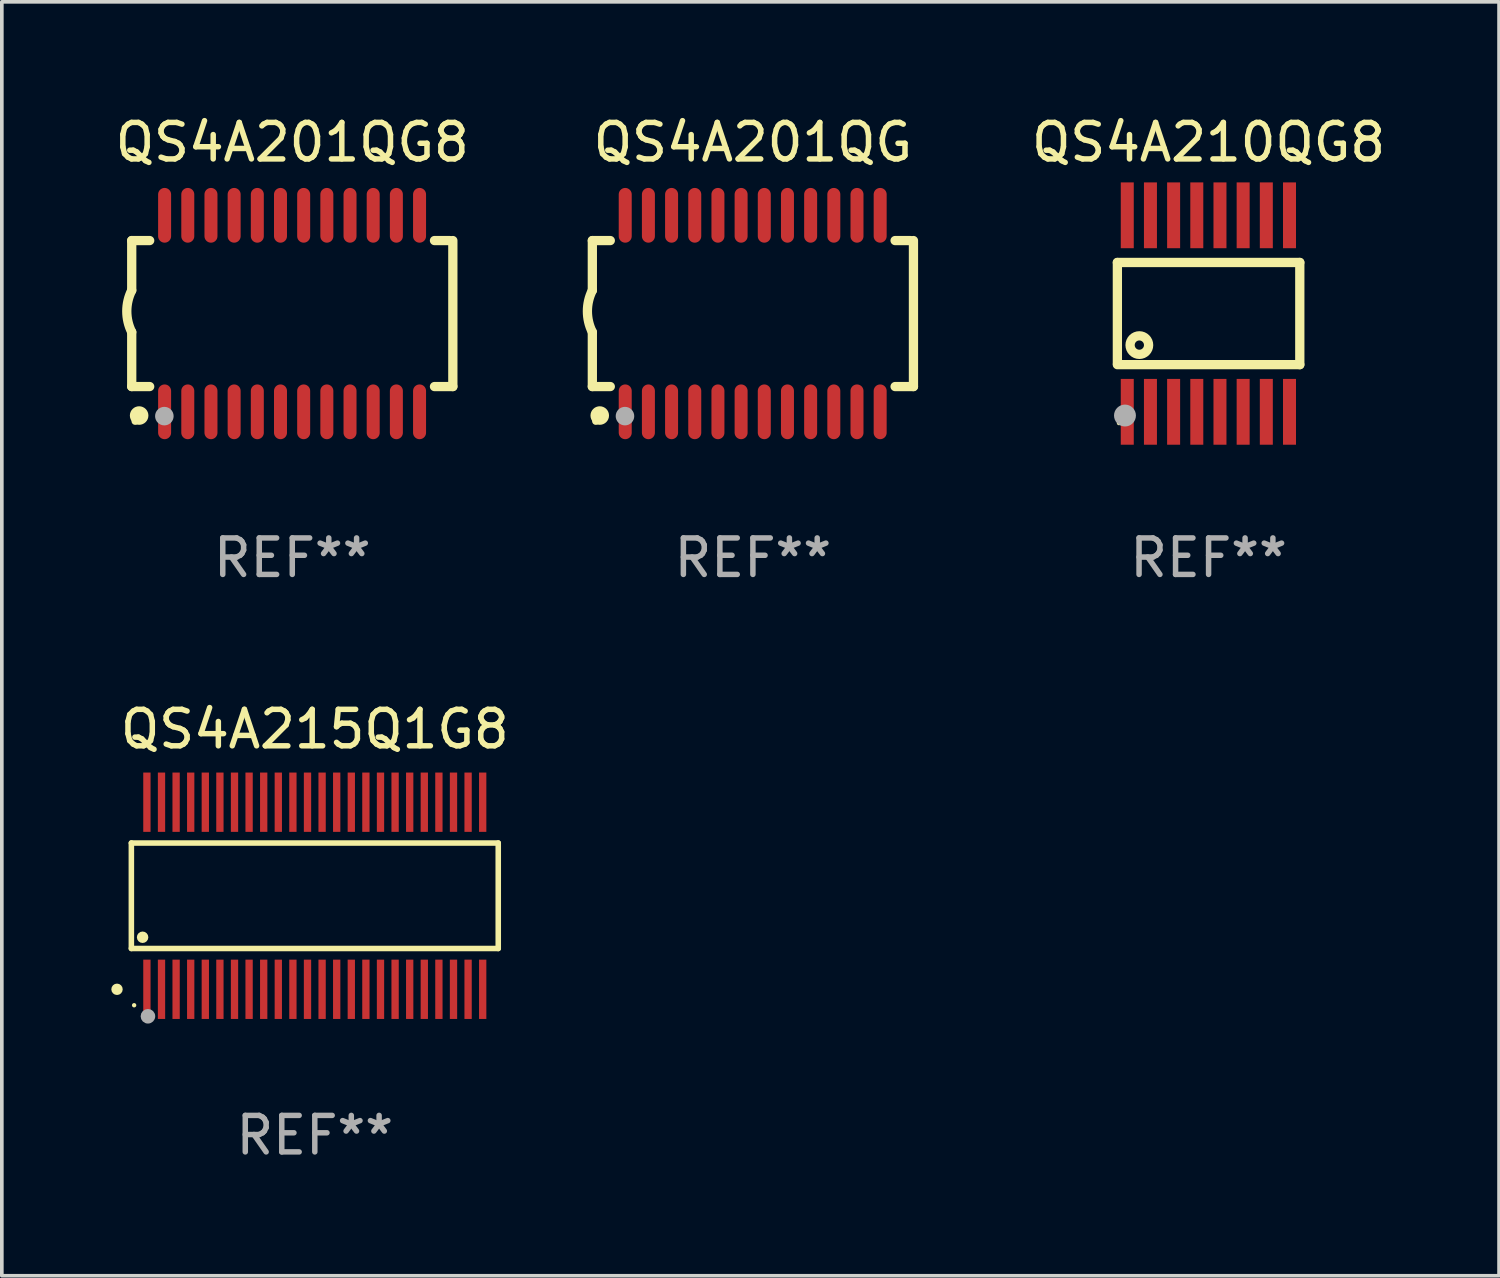
<source format=kicad_pcb>
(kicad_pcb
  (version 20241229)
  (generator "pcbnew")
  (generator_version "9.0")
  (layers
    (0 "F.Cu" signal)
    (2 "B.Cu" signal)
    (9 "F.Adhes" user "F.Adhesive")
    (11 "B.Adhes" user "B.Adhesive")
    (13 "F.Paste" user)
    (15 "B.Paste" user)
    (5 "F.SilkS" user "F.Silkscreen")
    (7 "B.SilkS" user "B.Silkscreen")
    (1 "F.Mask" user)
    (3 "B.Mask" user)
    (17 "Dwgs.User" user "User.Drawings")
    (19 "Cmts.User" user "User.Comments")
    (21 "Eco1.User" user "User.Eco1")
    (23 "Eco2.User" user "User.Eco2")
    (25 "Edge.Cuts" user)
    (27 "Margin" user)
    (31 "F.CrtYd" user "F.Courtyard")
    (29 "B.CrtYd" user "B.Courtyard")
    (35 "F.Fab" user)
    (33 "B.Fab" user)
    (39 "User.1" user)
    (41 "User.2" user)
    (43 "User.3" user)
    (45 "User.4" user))
  (footprint "QS4A210QG8"
    (layer "F.Cu")
    (at 30.063 5.541)
    (property "Reference" "QS4A210QG8" (at 0 -4.692 0) (layer "F.SilkS") (effects (font (size 1 1) (thickness 0.15))))
    (attr through_hole)
    (fp_line (start -2.499 1.372) (end -2.499 -1.4) (stroke (width 0.254) (type solid)) (layer "F.SilkS"))
    (fp_line (start 2.499 -1.4) (end -2.499 -1.4) (stroke (width 0.254) (type solid)) (layer "F.SilkS"))
    (fp_line (start 2.499 1.4) (end -2.499 1.4) (stroke (width 0.254) (type solid)) (layer "F.SilkS"))
    (fp_line (start 2.499 1.4) (end 2.499 -1.4) (stroke (width 0.254) (type solid)) (layer "F.SilkS"))
    (fp_circle (center -2.455 3) (end -2.425 3) (stroke (width 0.06) (type solid)) (fill no) (layer "F.SilkS"))
    (fp_circle (center -1.897 0.864) (end -1.643 0.864) (stroke (width 0.254) (type solid)) (fill no) (layer "F.SilkS"))
    (fp_circle (center -2.291 2.794) (end -2.141 2.794) (stroke (width 0.3) (type solid)) (fill no) (layer "F.Fab"))
    (fp_text user "REF**" (at 0 6.692 0) (layer "F.Fab") (effects (font (size 1 1) (thickness 0.15))))
    (pad "1" smd rect (at -2.228 2.692 90) (size 1.803 0.356) (layers "F.Cu" "F.Mask" "F.Paste"))
    (pad "2" smd rect (at -1.593 2.692 90) (size 1.803 0.356) (layers "F.Cu" "F.Mask" "F.Paste"))
    (pad "3" smd rect (at -0.958 2.692 90) (size 1.803 0.356) (layers "F.Cu" "F.Mask" "F.Paste"))
    (pad "4" smd rect (at -0.323 2.692 90) (size 1.803 0.356) (layers "F.Cu" "F.Mask" "F.Paste"))
    (pad "5" smd rect (at 0.312 2.692 90) (size 1.803 0.356) (layers "F.Cu" "F.Mask" "F.Paste"))
    (pad "6" smd rect (at 0.947 2.692 90) (size 1.803 0.356) (layers "F.Cu" "F.Mask" "F.Paste"))
    (pad "7" smd rect (at 1.582 2.692 90) (size 1.803 0.356) (layers "F.Cu" "F.Mask" "F.Paste"))
    (pad "8" smd rect (at 2.217 2.692 90) (size 1.803 0.356) (layers "F.Cu" "F.Mask" "F.Paste"))
    (pad "9" smd rect (at 2.217 -2.692 90) (size 1.803 0.356) (layers "F.Cu" "F.Mask" "F.Paste"))
    (pad "10" smd rect (at 1.582 -2.692 90) (size 1.803 0.356) (layers "F.Cu" "F.Mask" "F.Paste"))
    (pad "11" smd rect (at 0.947 -2.692 90) (size 1.803 0.356) (layers "F.Cu" "F.Mask" "F.Paste"))
    (pad "12" smd rect (at 0.312 -2.692 90) (size 1.803 0.356) (layers "F.Cu" "F.Mask" "F.Paste"))
    (pad "13" smd rect (at -0.323 -2.692 90) (size 1.803 0.356) (layers "F.Cu" "F.Mask" "F.Paste"))
    (pad "14" smd rect (at -0.958 -2.692 90) (size 1.803 0.356) (layers "F.Cu" "F.Mask" "F.Paste"))
    (pad "15" smd rect (at -1.593 -2.692 90) (size 1.803 0.356) (layers "F.Cu" "F.Mask" "F.Paste"))
    (pad "16" smd rect (at -2.228 -2.692 90) (size 1.803 0.356) (layers "F.Cu" "F.Mask" "F.Paste")))
  (footprint "QS4A201QG8"
    (layer "F.Cu")
    (at 4.958 5.541)
    (property "Reference" "QS4A201QG8" (at 0 -4.692 0) (layer "F.SilkS") (effects (font (size 1 1) (thickness 0.15))))
    (attr through_hole)
    (fp_line (start -4.399 -2) (end -4.399 -0.635) (stroke (width 0.254) (type solid)) (layer "F.SilkS"))
    (fp_line (start -4.399 -2) (end -3.907 -2) (stroke (width 0.254) (type solid)) (layer "F.SilkS"))
    (fp_line (start -4.399 2) (end -4.399 0.508) (stroke (width 0.254) (type solid)) (layer "F.SilkS"))
    (fp_line (start -4.399 2) (end -3.907 2) (stroke (width 0.254) (type solid)) (layer "F.SilkS"))
    (fp_line (start 3.896 -2) (end 4.313 -2) (stroke (width 0.254) (type solid)) (layer "F.SilkS"))
    (fp_line (start 3.896 2) (end 4.399 2) (stroke (width 0.254) (type solid)) (layer "F.SilkS"))
    (fp_line (start 4.399 2) (end 4.399 -2) (stroke (width 0.254) (type solid)) (layer "F.SilkS"))
    (fp_arc (start -4.399301 0.508001) (mid -4.534214 -0.0635) (end -4.399301 -0.635001) (stroke (width 0.254001) (type solid)) (layer "F.SilkS"))
    (fp_circle (center -4.305 2.95) (end -4.255 2.95) (stroke (width 0.1) (type solid)) (fill no) (layer "F.SilkS"))
    (fp_circle (center -4.196 2.794) (end -4.069 2.794) (stroke (width 0.254) (type solid)) (fill no) (layer "F.SilkS"))
    (fp_circle (center -3.505 2.81) (end -3.378 2.81) (stroke (width 0.254) (type solid)) (fill no) (layer "F.Fab"))
    (fp_text user "REF**" (at 0 6.692 0) (layer "F.Fab") (effects (font (size 1 1) (thickness 0.15))))
    (pad "1" smd oval (at -3.498 2.692 90) (size 1.5 0.356) (layers "F.Cu" "F.Mask" "F.Paste"))
    (pad "2" smd oval (at -2.863 2.692 90) (size 1.5 0.356) (layers "F.Cu" "F.Mask" "F.Paste"))
    (pad "3" smd oval (at -2.228 2.692 90) (size 1.5 0.356) (layers "F.Cu" "F.Mask" "F.Paste"))
    (pad "4" smd oval (at -1.593 2.692 90) (size 1.5 0.356) (layers "F.Cu" "F.Mask" "F.Paste"))
    (pad "5" smd oval (at -0.958 2.692 90) (size 1.5 0.356) (layers "F.Cu" "F.Mask" "F.Paste"))
    (pad "6" smd oval (at -0.323 2.692 90) (size 1.5 0.356) (layers "F.Cu" "F.Mask" "F.Paste"))
    (pad "7" smd oval (at 0.312 2.692 90) (size 1.5 0.356) (layers "F.Cu" "F.Mask" "F.Paste"))
    (pad "8" smd oval (at 0.947 2.692 90) (size 1.5 0.356) (layers "F.Cu" "F.Mask" "F.Paste"))
    (pad "9" smd oval (at 1.582 2.692 90) (size 1.5 0.356) (layers "F.Cu" "F.Mask" "F.Paste"))
    (pad "10" smd oval (at 2.217 2.692 90) (size 1.5 0.356) (layers "F.Cu" "F.Mask" "F.Paste"))
    (pad "11" smd oval (at 2.852 2.692 90) (size 1.5 0.356) (layers "F.Cu" "F.Mask" "F.Paste"))
    (pad "12" smd oval (at 3.487 2.692 90) (size 1.5 0.356) (layers "F.Cu" "F.Mask" "F.Paste"))
    (pad "13" smd oval (at 3.487 -2.692 90) (size 1.5 0.356) (layers "F.Cu" "F.Mask" "F.Paste"))
    (pad "14" smd oval (at 2.852 -2.692 90) (size 1.5 0.356) (layers "F.Cu" "F.Mask" "F.Paste"))
    (pad "15" smd oval (at 2.217 -2.692 90) (size 1.5 0.356) (layers "F.Cu" "F.Mask" "F.Paste"))
    (pad "16" smd oval (at 1.582 -2.692 90) (size 1.5 0.356) (layers "F.Cu" "F.Mask" "F.Paste"))
    (pad "17" smd oval (at 0.947 -2.692 90) (size 1.5 0.356) (layers "F.Cu" "F.Mask" "F.Paste"))
    (pad "18" smd oval (at 0.312 -2.692 90) (size 1.5 0.356) (layers "F.Cu" "F.Mask" "F.Paste"))
    (pad "19" smd oval (at -0.323 -2.692 90) (size 1.5 0.356) (layers "F.Cu" "F.Mask" "F.Paste"))
    (pad "20" smd oval (at -0.958 -2.692 90) (size 1.5 0.356) (layers "F.Cu" "F.Mask" "F.Paste"))
    (pad "21" smd oval (at -1.593 -2.692 90) (size 1.5 0.356) (layers "F.Cu" "F.Mask" "F.Paste"))
    (pad "22" smd oval (at -2.228 -2.692 90) (size 1.5 0.356) (layers "F.Cu" "F.Mask" "F.Paste"))
    (pad "23" smd oval (at -2.863 -2.692 90) (size 1.5 0.356) (layers "F.Cu" "F.Mask" "F.Paste"))
    (pad "24" smd oval (at -3.498 -2.692 90) (size 1.5 0.356) (layers "F.Cu" "F.Mask" "F.Paste")))
  (footprint "QS4A215Q1G8"
    (layer "F.Cu")
    (at 5.575 21.492)
    (property "Reference" "QS4A215Q1G8" (at 0 -4.563 0) (layer "F.SilkS") (effects (font (size 1 1) (thickness 0.15))))
    (attr through_hole)
    (fp_line (start -5.026 -1.445) (end 5.026 -1.445) (stroke (width 0.152) (type solid)) (layer "F.SilkS"))
    (fp_line (start -5.026 1.445) (end -5.026 -1.445) (stroke (width 0.152) (type solid)) (layer "F.SilkS"))
    (fp_line (start 5.026 -1.445) (end 5.026 1.445) (stroke (width 0.152) (type solid)) (layer "F.SilkS"))
    (fp_line (start 5.026 1.445) (end -5.026 1.445) (stroke (width 0.152) (type solid)) (layer "F.SilkS"))
    (fp_circle (center -5.419 2.563) (end -5.341 2.563) (stroke (width 0.156) (type solid)) (fill no) (layer "F.SilkS"))
    (fp_circle (center -4.95 3) (end -4.92 3) (stroke (width 0.06) (type solid)) (fill no) (layer "F.SilkS"))
    (fp_circle (center -4.718 1.137) (end -4.639 1.137) (stroke (width 0.156) (type solid)) (fill no) (layer "F.SilkS"))
    (fp_circle (center -4.572 3.302) (end -4.472 3.302) (stroke (width 0.2) (type solid)) (fill no) (layer "F.Fab"))
    (fp_text user "REF**" (at 0 6.563 0) (layer "F.Fab") (effects (font (size 1 1) (thickness 0.15))))
    (pad "1" smd rect (at -4.6 2.563) (size 0.2 1.625) (layers "F.Cu" "F.Mask" "F.Paste"))
    (pad "2" smd rect (at -4.2 2.563) (size 0.2 1.625) (layers "F.Cu" "F.Mask" "F.Paste"))
    (pad "3" smd rect (at -3.8 2.563) (size 0.2 1.625) (layers "F.Cu" "F.Mask" "F.Paste"))
    (pad "4" smd rect (at -3.4 2.563) (size 0.2 1.625) (layers "F.Cu" "F.Mask" "F.Paste"))
    (pad "5" smd rect (at -3 2.563) (size 0.2 1.625) (layers "F.Cu" "F.Mask" "F.Paste"))
    (pad "6" smd rect (at -2.6 2.563) (size 0.2 1.625) (layers "F.Cu" "F.Mask" "F.Paste"))
    (pad "7" smd rect (at -2.2 2.563) (size 0.2 1.625) (layers "F.Cu" "F.Mask" "F.Paste"))
    (pad "8" smd rect (at -1.8 2.563) (size 0.2 1.625) (layers "F.Cu" "F.Mask" "F.Paste"))
    (pad "9" smd rect (at -1.4 2.563) (size 0.2 1.625) (layers "F.Cu" "F.Mask" "F.Paste"))
    (pad "10" smd rect (at -1 2.563) (size 0.2 1.625) (layers "F.Cu" "F.Mask" "F.Paste"))
    (pad "11" smd rect (at -0.6 2.563) (size 0.2 1.625) (layers "F.Cu" "F.Mask" "F.Paste"))
    (pad "12" smd rect (at -0.2 2.563) (size 0.2 1.625) (layers "F.Cu" "F.Mask" "F.Paste"))
    (pad "13" smd rect (at 0.2 2.563) (size 0.2 1.625) (layers "F.Cu" "F.Mask" "F.Paste"))
    (pad "14" smd rect (at 0.6 2.563) (size 0.2 1.625) (layers "F.Cu" "F.Mask" "F.Paste"))
    (pad "15" smd rect (at 1 2.563) (size 0.2 1.625) (layers "F.Cu" "F.Mask" "F.Paste"))
    (pad "16" smd rect (at 1.4 2.563) (size 0.2 1.625) (layers "F.Cu" "F.Mask" "F.Paste"))
    (pad "17" smd rect (at 1.8 2.563) (size 0.2 1.625) (layers "F.Cu" "F.Mask" "F.Paste"))
    (pad "18" smd rect (at 2.2 2.563) (size 0.2 1.625) (layers "F.Cu" "F.Mask" "F.Paste"))
    (pad "19" smd rect (at 2.6 2.563) (size 0.2 1.625) (layers "F.Cu" "F.Mask" "F.Paste"))
    (pad "20" smd rect (at 3 2.563) (size 0.2 1.625) (layers "F.Cu" "F.Mask" "F.Paste"))
    (pad "21" smd rect (at 3.4 2.563) (size 0.2 1.625) (layers "F.Cu" "F.Mask" "F.Paste"))
    (pad "22" smd rect (at 3.8 2.563) (size 0.2 1.625) (layers "F.Cu" "F.Mask" "F.Paste"))
    (pad "23" smd rect (at 4.2 2.563) (size 0.2 1.625) (layers "F.Cu" "F.Mask" "F.Paste"))
    (pad "24" smd rect (at 4.6 2.563) (size 0.2 1.625) (layers "F.Cu" "F.Mask" "F.Paste"))
    (pad "25" smd rect (at 4.6 -2.563) (size 0.2 1.625) (layers "F.Cu" "F.Mask" "F.Paste"))
    (pad "26" smd rect (at 4.2 -2.563) (size 0.2 1.625) (layers "F.Cu" "F.Mask" "F.Paste"))
    (pad "27" smd rect (at 3.8 -2.563) (size 0.2 1.625) (layers "F.Cu" "F.Mask" "F.Paste"))
    (pad "28" smd rect (at 3.4 -2.563) (size 0.2 1.625) (layers "F.Cu" "F.Mask" "F.Paste"))
    (pad "29" smd rect (at 3 -2.563) (size 0.2 1.625) (layers "F.Cu" "F.Mask" "F.Paste"))
    (pad "30" smd rect (at 2.6 -2.563) (size 0.2 1.625) (layers "F.Cu" "F.Mask" "F.Paste"))
    (pad "31" smd rect (at 2.2 -2.563) (size 0.2 1.625) (layers "F.Cu" "F.Mask" "F.Paste"))
    (pad "32" smd rect (at 1.8 -2.563) (size 0.2 1.625) (layers "F.Cu" "F.Mask" "F.Paste"))
    (pad "33" smd rect (at 1.4 -2.563) (size 0.2 1.625) (layers "F.Cu" "F.Mask" "F.Paste"))
    (pad "34" smd rect (at 1 -2.563) (size 0.2 1.625) (layers "F.Cu" "F.Mask" "F.Paste"))
    (pad "35" smd rect (at 0.6 -2.563) (size 0.2 1.625) (layers "F.Cu" "F.Mask" "F.Paste"))
    (pad "36" smd rect (at 0.2 -2.563) (size 0.2 1.625) (layers "F.Cu" "F.Mask" "F.Paste"))
    (pad "37" smd rect (at -0.2 -2.563) (size 0.2 1.625) (layers "F.Cu" "F.Mask" "F.Paste"))
    (pad "38" smd rect (at -0.6 -2.563) (size 0.2 1.625) (layers "F.Cu" "F.Mask" "F.Paste"))
    (pad "39" smd rect (at -1 -2.563) (size 0.2 1.625) (layers "F.Cu" "F.Mask" "F.Paste"))
    (pad "40" smd rect (at -1.4 -2.563) (size 0.2 1.625) (layers "F.Cu" "F.Mask" "F.Paste"))
    (pad "41" smd rect (at -1.8 -2.563) (size 0.2 1.625) (layers "F.Cu" "F.Mask" "F.Paste"))
    (pad "42" smd rect (at -2.2 -2.563) (size 0.2 1.625) (layers "F.Cu" "F.Mask" "F.Paste"))
    (pad "43" smd rect (at -2.6 -2.563) (size 0.2 1.625) (layers "F.Cu" "F.Mask" "F.Paste"))
    (pad "44" smd rect (at -3 -2.563) (size 0.2 1.625) (layers "F.Cu" "F.Mask" "F.Paste"))
    (pad "45" smd rect (at -3.4 -2.563) (size 0.2 1.625) (layers "F.Cu" "F.Mask" "F.Paste"))
    (pad "46" smd rect (at -3.8 -2.563) (size 0.2 1.625) (layers "F.Cu" "F.Mask" "F.Paste"))
    (pad "47" smd rect (at -4.2 -2.563) (size 0.2 1.625) (layers "F.Cu" "F.Mask" "F.Paste"))
    (pad "48" smd rect (at -4.6 -2.563) (size 0.2 1.625) (layers "F.Cu" "F.Mask" "F.Paste")))
  (footprint "QS4A201QG"
    (layer "F.Cu")
    (at 17.578 5.541)
    (property "Reference" "QS4A201QG" (at 0 -4.692 0) (layer "F.SilkS") (effects (font (size 1 1) (thickness 0.15))))
    (attr through_hole)
    (fp_line (start -4.399 -2) (end -4.399 -0.635) (stroke (width 0.254) (type solid)) (layer "F.SilkS"))
    (fp_line (start -4.399 -2) (end -3.907 -2) (stroke (width 0.254) (type solid)) (layer "F.SilkS"))
    (fp_line (start -4.399 2) (end -4.399 0.508) (stroke (width 0.254) (type solid)) (layer "F.SilkS"))
    (fp_line (start -4.399 2) (end -3.907 2) (stroke (width 0.254) (type solid)) (layer "F.SilkS"))
    (fp_line (start 3.896 -2) (end 4.313 -2) (stroke (width 0.254) (type solid)) (layer "F.SilkS"))
    (fp_line (start 3.896 2) (end 4.399 2) (stroke (width 0.254) (type solid)) (layer "F.SilkS"))
    (fp_line (start 4.399 2) (end 4.399 -2) (stroke (width 0.254) (type solid)) (layer "F.SilkS"))
    (fp_arc (start -4.399301 0.508001) (mid -4.534214 -0.0635) (end -4.399301 -0.635001) (stroke (width 0.254001) (type solid)) (layer "F.SilkS"))
    (fp_circle (center -4.305 2.95) (end -4.255 2.95) (stroke (width 0.1) (type solid)) (fill no) (layer "F.SilkS"))
    (fp_circle (center -4.196 2.794) (end -4.069 2.794) (stroke (width 0.254) (type solid)) (fill no) (layer "F.SilkS"))
    (fp_circle (center -3.505 2.81) (end -3.378 2.81) (stroke (width 0.254) (type solid)) (fill no) (layer "F.Fab"))
    (fp_text user "REF**" (at 0 6.692 0) (layer "F.Fab") (effects (font (size 1 1) (thickness 0.15))))
    (pad "1" smd oval (at -3.498 2.692 90) (size 1.5 0.356) (layers "F.Cu" "F.Mask" "F.Paste"))
    (pad "2" smd oval (at -2.863 2.692 90) (size 1.5 0.356) (layers "F.Cu" "F.Mask" "F.Paste"))
    (pad "3" smd oval (at -2.228 2.692 90) (size 1.5 0.356) (layers "F.Cu" "F.Mask" "F.Paste"))
    (pad "4" smd oval (at -1.593 2.692 90) (size 1.5 0.356) (layers "F.Cu" "F.Mask" "F.Paste"))
    (pad "5" smd oval (at -0.958 2.692 90) (size 1.5 0.356) (layers "F.Cu" "F.Mask" "F.Paste"))
    (pad "6" smd oval (at -0.323 2.692 90) (size 1.5 0.356) (layers "F.Cu" "F.Mask" "F.Paste"))
    (pad "7" smd oval (at 0.312 2.692 90) (size 1.5 0.356) (layers "F.Cu" "F.Mask" "F.Paste"))
    (pad "8" smd oval (at 0.947 2.692 90) (size 1.5 0.356) (layers "F.Cu" "F.Mask" "F.Paste"))
    (pad "9" smd oval (at 1.582 2.692 90) (size 1.5 0.356) (layers "F.Cu" "F.Mask" "F.Paste"))
    (pad "10" smd oval (at 2.217 2.692 90) (size 1.5 0.356) (layers "F.Cu" "F.Mask" "F.Paste"))
    (pad "11" smd oval (at 2.852 2.692 90) (size 1.5 0.356) (layers "F.Cu" "F.Mask" "F.Paste"))
    (pad "12" smd oval (at 3.487 2.692 90) (size 1.5 0.356) (layers "F.Cu" "F.Mask" "F.Paste"))
    (pad "13" smd oval (at 3.487 -2.692 90) (size 1.5 0.356) (layers "F.Cu" "F.Mask" "F.Paste"))
    (pad "14" smd oval (at 2.852 -2.692 90) (size 1.5 0.356) (layers "F.Cu" "F.Mask" "F.Paste"))
    (pad "15" smd oval (at 2.217 -2.692 90) (size 1.5 0.356) (layers "F.Cu" "F.Mask" "F.Paste"))
    (pad "16" smd oval (at 1.582 -2.692 90) (size 1.5 0.356) (layers "F.Cu" "F.Mask" "F.Paste"))
    (pad "17" smd oval (at 0.947 -2.692 90) (size 1.5 0.356) (layers "F.Cu" "F.Mask" "F.Paste"))
    (pad "18" smd oval (at 0.312 -2.692 90) (size 1.5 0.356) (layers "F.Cu" "F.Mask" "F.Paste"))
    (pad "19" smd oval (at -0.323 -2.692 90) (size 1.5 0.356) (layers "F.Cu" "F.Mask" "F.Paste"))
    (pad "20" smd oval (at -0.958 -2.692 90) (size 1.5 0.356) (layers "F.Cu" "F.Mask" "F.Paste"))
    (pad "21" smd oval (at -1.593 -2.692 90) (size 1.5 0.356) (layers "F.Cu" "F.Mask" "F.Paste"))
    (pad "22" smd oval (at -2.228 -2.692 90) (size 1.5 0.356) (layers "F.Cu" "F.Mask" "F.Paste"))
    (pad "23" smd oval (at -2.863 -2.692 90) (size 1.5 0.356) (layers "F.Cu" "F.Mask" "F.Paste"))
    (pad "24" smd oval (at -3.498 -2.692 90) (size 1.5 0.356) (layers "F.Cu" "F.Mask" "F.Paste")))
  (gr_rect
    (start -3 -3)
    (end 38.021 31.903)
    (stroke (width 0.1) (type default))
    (fill no)
    (layer "Edge.Cuts")))
</source>
